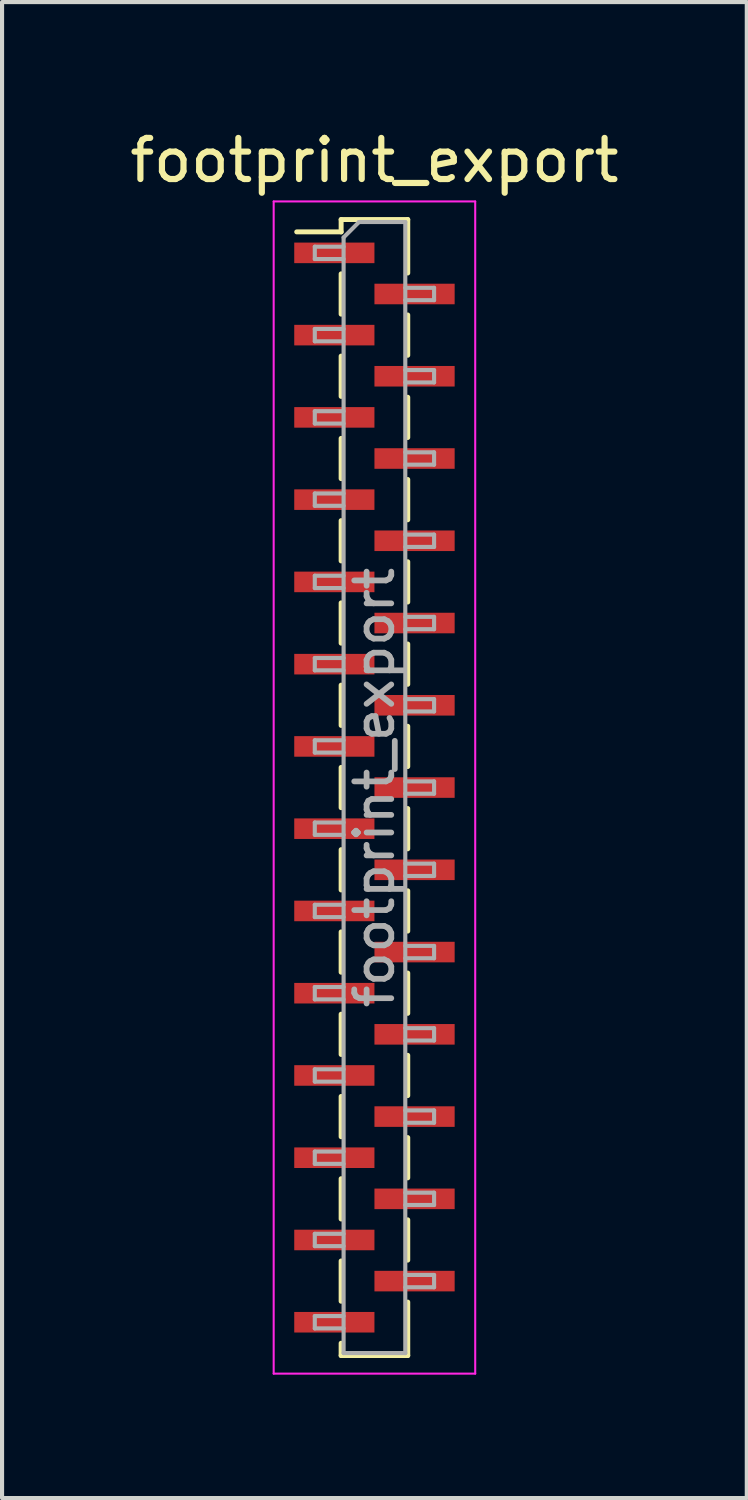
<source format=kicad_pcb>
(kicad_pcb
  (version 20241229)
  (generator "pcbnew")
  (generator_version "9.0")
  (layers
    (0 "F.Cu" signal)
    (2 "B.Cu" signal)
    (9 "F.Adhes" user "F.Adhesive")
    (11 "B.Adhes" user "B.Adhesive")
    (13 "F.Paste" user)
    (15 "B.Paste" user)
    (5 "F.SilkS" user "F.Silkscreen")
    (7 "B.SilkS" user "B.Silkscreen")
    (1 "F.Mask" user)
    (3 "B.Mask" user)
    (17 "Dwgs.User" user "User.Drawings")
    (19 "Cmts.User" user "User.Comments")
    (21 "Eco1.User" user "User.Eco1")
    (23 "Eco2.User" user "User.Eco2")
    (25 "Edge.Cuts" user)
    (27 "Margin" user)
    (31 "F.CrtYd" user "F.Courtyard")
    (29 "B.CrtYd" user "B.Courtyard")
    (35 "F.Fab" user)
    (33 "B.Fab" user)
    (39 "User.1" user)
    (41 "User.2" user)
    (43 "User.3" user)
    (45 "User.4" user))
  (footprint "footprint_export"
    (layer "F.Cu")
    (at 6.054 16.098)
    (property "Reference" "footprint_export" (at 0 -15.25 0) (layer "F.SilkS") (effects (font (size 1 1) (thickness 0.15))))
    (attr smd)
    (fp_line (start -1.89 -13.51) (end -0.81 -13.51) (stroke (width 0.12) (type solid)) (layer "F.SilkS"))
    (fp_line (start -0.81 -13.81) (end -0.81 -13.51) (stroke (width 0.12) (type solid)) (layer "F.SilkS"))
    (fp_line (start -0.81 -13.81) (end 0.81 -13.81) (stroke (width 0.12) (type solid)) (layer "F.SilkS"))
    (fp_line (start -0.81 -12.49) (end -0.81 -11.51) (stroke (width 0.12) (type solid)) (layer "F.SilkS"))
    (fp_line (start -0.81 -10.49) (end -0.81 -9.51) (stroke (width 0.12) (type solid)) (layer "F.SilkS"))
    (fp_line (start -0.81 -8.49) (end -0.81 -7.51) (stroke (width 0.12) (type solid)) (layer "F.SilkS"))
    (fp_line (start -0.81 -6.49) (end -0.81 -5.51) (stroke (width 0.12) (type solid)) (layer "F.SilkS"))
    (fp_line (start -0.81 -4.49) (end -0.81 -3.51) (stroke (width 0.12) (type solid)) (layer "F.SilkS"))
    (fp_line (start -0.81 -2.49) (end -0.81 -1.51) (stroke (width 0.12) (type solid)) (layer "F.SilkS"))
    (fp_line (start -0.81 -0.49) (end -0.81 0.49) (stroke (width 0.12) (type solid)) (layer "F.SilkS"))
    (fp_line (start -0.81 1.51) (end -0.81 2.49) (stroke (width 0.12) (type solid)) (layer "F.SilkS"))
    (fp_line (start -0.81 3.51) (end -0.81 4.49) (stroke (width 0.12) (type solid)) (layer "F.SilkS"))
    (fp_line (start -0.81 5.51) (end -0.81 6.49) (stroke (width 0.12) (type solid)) (layer "F.SilkS"))
    (fp_line (start -0.81 7.51) (end -0.81 8.49) (stroke (width 0.12) (type solid)) (layer "F.SilkS"))
    (fp_line (start -0.81 9.51) (end -0.81 10.49) (stroke (width 0.12) (type solid)) (layer "F.SilkS"))
    (fp_line (start -0.81 11.51) (end -0.81 12.49) (stroke (width 0.12) (type solid)) (layer "F.SilkS"))
    (fp_line (start -0.81 13.51) (end -0.81 13.81) (stroke (width 0.12) (type solid)) (layer "F.SilkS"))
    (fp_line (start -0.81 13.81) (end 0.81 13.81) (stroke (width 0.12) (type solid)) (layer "F.SilkS"))
    (fp_line (start 0.81 -13.81) (end 0.81 -12.51) (stroke (width 0.12) (type solid)) (layer "F.SilkS"))
    (fp_line (start 0.81 -11.49) (end 0.81 -10.51) (stroke (width 0.12) (type solid)) (layer "F.SilkS"))
    (fp_line (start 0.81 -9.49) (end 0.81 -8.51) (stroke (width 0.12) (type solid)) (layer "F.SilkS"))
    (fp_line (start 0.81 -7.49) (end 0.81 -6.51) (stroke (width 0.12) (type solid)) (layer "F.SilkS"))
    (fp_line (start 0.81 -5.49) (end 0.81 -4.51) (stroke (width 0.12) (type solid)) (layer "F.SilkS"))
    (fp_line (start 0.81 -3.49) (end 0.81 -2.51) (stroke (width 0.12) (type solid)) (layer "F.SilkS"))
    (fp_line (start 0.81 -1.49) (end 0.81 -0.51) (stroke (width 0.12) (type solid)) (layer "F.SilkS"))
    (fp_line (start 0.81 0.51) (end 0.81 1.49) (stroke (width 0.12) (type solid)) (layer "F.SilkS"))
    (fp_line (start 0.81 2.51) (end 0.81 3.49) (stroke (width 0.12) (type solid)) (layer "F.SilkS"))
    (fp_line (start 0.81 4.51) (end 0.81 5.49) (stroke (width 0.12) (type solid)) (layer "F.SilkS"))
    (fp_line (start 0.81 6.51) (end 0.81 7.49) (stroke (width 0.12) (type solid)) (layer "F.SilkS"))
    (fp_line (start 0.81 8.51) (end 0.81 9.49) (stroke (width 0.12) (type solid)) (layer "F.SilkS"))
    (fp_line (start 0.81 10.51) (end 0.81 11.49) (stroke (width 0.12) (type solid)) (layer "F.SilkS"))
    (fp_line (start 0.81 12.51) (end 0.81 13.81) (stroke (width 0.12) (type solid)) (layer "F.SilkS"))
    (fp_line (start -2.45 -14.25) (end 2.45 -14.25) (stroke (width 0.05) (type solid)) (layer "F.CrtYd"))
    (fp_line (start -2.45 14.25) (end -2.45 -14.25) (stroke (width 0.05) (type solid)) (layer "F.CrtYd"))
    (fp_line (start 2.45 -14.25) (end 2.45 14.25) (stroke (width 0.05) (type solid)) (layer "F.CrtYd"))
    (fp_line (start 2.45 14.25) (end -2.45 14.25) (stroke (width 0.05) (type solid)) (layer "F.CrtYd"))
    (fp_line (start -1.45 -13.15) (end -0.75 -13.15) (stroke (width 0.1) (type solid)) (layer "F.Fab"))
    (fp_line (start -1.45 -12.85) (end -1.45 -13.15) (stroke (width 0.1) (type solid)) (layer "F.Fab"))
    (fp_line (start -1.45 -11.15) (end -0.75 -11.15) (stroke (width 0.1) (type solid)) (layer "F.Fab"))
    (fp_line (start -1.45 -10.85) (end -1.45 -11.15) (stroke (width 0.1) (type solid)) (layer "F.Fab"))
    (fp_line (start -1.45 -9.15) (end -0.75 -9.15) (stroke (width 0.1) (type solid)) (layer "F.Fab"))
    (fp_line (start -1.45 -8.85) (end -1.45 -9.15) (stroke (width 0.1) (type solid)) (layer "F.Fab"))
    (fp_line (start -1.45 -7.15) (end -0.75 -7.15) (stroke (width 0.1) (type solid)) (layer "F.Fab"))
    (fp_line (start -1.45 -6.85) (end -1.45 -7.15) (stroke (width 0.1) (type solid)) (layer "F.Fab"))
    (fp_line (start -1.45 -5.15) (end -0.75 -5.15) (stroke (width 0.1) (type solid)) (layer "F.Fab"))
    (fp_line (start -1.45 -4.85) (end -1.45 -5.15) (stroke (width 0.1) (type solid)) (layer "F.Fab"))
    (fp_line (start -1.45 -3.15) (end -0.75 -3.15) (stroke (width 0.1) (type solid)) (layer "F.Fab"))
    (fp_line (start -1.45 -2.85) (end -1.45 -3.15) (stroke (width 0.1) (type solid)) (layer "F.Fab"))
    (fp_line (start -1.45 -1.15) (end -0.75 -1.15) (stroke (width 0.1) (type solid)) (layer "F.Fab"))
    (fp_line (start -1.45 -0.85) (end -1.45 -1.15) (stroke (width 0.1) (type solid)) (layer "F.Fab"))
    (fp_line (start -1.45 0.85) (end -0.75 0.85) (stroke (width 0.1) (type solid)) (layer "F.Fab"))
    (fp_line (start -1.45 1.15) (end -1.45 0.85) (stroke (width 0.1) (type solid)) (layer "F.Fab"))
    (fp_line (start -1.45 2.85) (end -0.75 2.85) (stroke (width 0.1) (type solid)) (layer "F.Fab"))
    (fp_line (start -1.45 3.15) (end -1.45 2.85) (stroke (width 0.1) (type solid)) (layer "F.Fab"))
    (fp_line (start -1.45 4.85) (end -0.75 4.85) (stroke (width 0.1) (type solid)) (layer "F.Fab"))
    (fp_line (start -1.45 5.15) (end -1.45 4.85) (stroke (width 0.1) (type solid)) (layer "F.Fab"))
    (fp_line (start -1.45 6.85) (end -0.75 6.85) (stroke (width 0.1) (type solid)) (layer "F.Fab"))
    (fp_line (start -1.45 7.15) (end -1.45 6.85) (stroke (width 0.1) (type solid)) (layer "F.Fab"))
    (fp_line (start -1.45 8.85) (end -0.75 8.85) (stroke (width 0.1) (type solid)) (layer "F.Fab"))
    (fp_line (start -1.45 9.15) (end -1.45 8.85) (stroke (width 0.1) (type solid)) (layer "F.Fab"))
    (fp_line (start -1.45 10.85) (end -0.75 10.85) (stroke (width 0.1) (type solid)) (layer "F.Fab"))
    (fp_line (start -1.45 11.15) (end -1.45 10.85) (stroke (width 0.1) (type solid)) (layer "F.Fab"))
    (fp_line (start -1.45 12.85) (end -0.75 12.85) (stroke (width 0.1) (type solid)) (layer "F.Fab"))
    (fp_line (start -1.45 13.15) (end -1.45 12.85) (stroke (width 0.1) (type solid)) (layer "F.Fab"))
    (fp_line (start -0.75 -13.375) (end -0.375 -13.75) (stroke (width 0.1) (type solid)) (layer "F.Fab"))
    (fp_line (start -0.75 -12.85) (end -1.45 -12.85) (stroke (width 0.1) (type solid)) (layer "F.Fab"))
    (fp_line (start -0.75 -10.85) (end -1.45 -10.85) (stroke (width 0.1) (type solid)) (layer "F.Fab"))
    (fp_line (start -0.75 -8.85) (end -1.45 -8.85) (stroke (width 0.1) (type solid)) (layer "F.Fab"))
    (fp_line (start -0.75 -6.85) (end -1.45 -6.85) (stroke (width 0.1) (type solid)) (layer "F.Fab"))
    (fp_line (start -0.75 -4.85) (end -1.45 -4.85) (stroke (width 0.1) (type solid)) (layer "F.Fab"))
    (fp_line (start -0.75 -2.85) (end -1.45 -2.85) (stroke (width 0.1) (type solid)) (layer "F.Fab"))
    (fp_line (start -0.75 -0.85) (end -1.45 -0.85) (stroke (width 0.1) (type solid)) (layer "F.Fab"))
    (fp_line (start -0.75 1.15) (end -1.45 1.15) (stroke (width 0.1) (type solid)) (layer "F.Fab"))
    (fp_line (start -0.75 3.15) (end -1.45 3.15) (stroke (width 0.1) (type solid)) (layer "F.Fab"))
    (fp_line (start -0.75 5.15) (end -1.45 5.15) (stroke (width 0.1) (type solid)) (layer "F.Fab"))
    (fp_line (start -0.75 7.15) (end -1.45 7.15) (stroke (width 0.1) (type solid)) (layer "F.Fab"))
    (fp_line (start -0.75 9.15) (end -1.45 9.15) (stroke (width 0.1) (type solid)) (layer "F.Fab"))
    (fp_line (start -0.75 11.15) (end -1.45 11.15) (stroke (width 0.1) (type solid)) (layer "F.Fab"))
    (fp_line (start -0.75 13.15) (end -1.45 13.15) (stroke (width 0.1) (type solid)) (layer "F.Fab"))
    (fp_line (start -0.75 13.75) (end -0.75 -13.375) (stroke (width 0.1) (type solid)) (layer "F.Fab"))
    (fp_line (start -0.375 -13.75) (end 0.75 -13.75) (stroke (width 0.1) (type solid)) (layer "F.Fab"))
    (fp_line (start 0.75 -13.75) (end 0.75 13.75) (stroke (width 0.1) (type solid)) (layer "F.Fab"))
    (fp_line (start 0.75 -12.15) (end 1.45 -12.15) (stroke (width 0.1) (type solid)) (layer "F.Fab"))
    (fp_line (start 0.75 -10.15) (end 1.45 -10.15) (stroke (width 0.1) (type solid)) (layer "F.Fab"))
    (fp_line (start 0.75 -8.15) (end 1.45 -8.15) (stroke (width 0.1) (type solid)) (layer "F.Fab"))
    (fp_line (start 0.75 -6.15) (end 1.45 -6.15) (stroke (width 0.1) (type solid)) (layer "F.Fab"))
    (fp_line (start 0.75 -4.15) (end 1.45 -4.15) (stroke (width 0.1) (type solid)) (layer "F.Fab"))
    (fp_line (start 0.75 -2.15) (end 1.45 -2.15) (stroke (width 0.1) (type solid)) (layer "F.Fab"))
    (fp_line (start 0.75 -0.15) (end 1.45 -0.15) (stroke (width 0.1) (type solid)) (layer "F.Fab"))
    (fp_line (start 0.75 1.85) (end 1.45 1.85) (stroke (width 0.1) (type solid)) (layer "F.Fab"))
    (fp_line (start 0.75 3.85) (end 1.45 3.85) (stroke (width 0.1) (type solid)) (layer "F.Fab"))
    (fp_line (start 0.75 5.85) (end 1.45 5.85) (stroke (width 0.1) (type solid)) (layer "F.Fab"))
    (fp_line (start 0.75 7.85) (end 1.45 7.85) (stroke (width 0.1) (type solid)) (layer "F.Fab"))
    (fp_line (start 0.75 9.85) (end 1.45 9.85) (stroke (width 0.1) (type solid)) (layer "F.Fab"))
    (fp_line (start 0.75 11.85) (end 1.45 11.85) (stroke (width 0.1) (type solid)) (layer "F.Fab"))
    (fp_line (start 0.75 13.75) (end -0.75 13.75) (stroke (width 0.1) (type solid)) (layer "F.Fab"))
    (fp_line (start 1.45 -12.15) (end 1.45 -11.85) (stroke (width 0.1) (type solid)) (layer "F.Fab"))
    (fp_line (start 1.45 -11.85) (end 0.75 -11.85) (stroke (width 0.1) (type solid)) (layer "F.Fab"))
    (fp_line (start 1.45 -10.15) (end 1.45 -9.85) (stroke (width 0.1) (type solid)) (layer "F.Fab"))
    (fp_line (start 1.45 -9.85) (end 0.75 -9.85) (stroke (width 0.1) (type solid)) (layer "F.Fab"))
    (fp_line (start 1.45 -8.15) (end 1.45 -7.85) (stroke (width 0.1) (type solid)) (layer "F.Fab"))
    (fp_line (start 1.45 -7.85) (end 0.75 -7.85) (stroke (width 0.1) (type solid)) (layer "F.Fab"))
    (fp_line (start 1.45 -6.15) (end 1.45 -5.85) (stroke (width 0.1) (type solid)) (layer "F.Fab"))
    (fp_line (start 1.45 -5.85) (end 0.75 -5.85) (stroke (width 0.1) (type solid)) (layer "F.Fab"))
    (fp_line (start 1.45 -4.15) (end 1.45 -3.85) (stroke (width 0.1) (type solid)) (layer "F.Fab"))
    (fp_line (start 1.45 -3.85) (end 0.75 -3.85) (stroke (width 0.1) (type solid)) (layer "F.Fab"))
    (fp_line (start 1.45 -2.15) (end 1.45 -1.85) (stroke (width 0.1) (type solid)) (layer "F.Fab"))
    (fp_line (start 1.45 -1.85) (end 0.75 -1.85) (stroke (width 0.1) (type solid)) (layer "F.Fab"))
    (fp_line (start 1.45 -0.15) (end 1.45 0.15) (stroke (width 0.1) (type solid)) (layer "F.Fab"))
    (fp_line (start 1.45 0.15) (end 0.75 0.15) (stroke (width 0.1) (type solid)) (layer "F.Fab"))
    (fp_line (start 1.45 1.85) (end 1.45 2.15) (stroke (width 0.1) (type solid)) (layer "F.Fab"))
    (fp_line (start 1.45 2.15) (end 0.75 2.15) (stroke (width 0.1) (type solid)) (layer "F.Fab"))
    (fp_line (start 1.45 3.85) (end 1.45 4.15) (stroke (width 0.1) (type solid)) (layer "F.Fab"))
    (fp_line (start 1.45 4.15) (end 0.75 4.15) (stroke (width 0.1) (type solid)) (layer "F.Fab"))
    (fp_line (start 1.45 5.85) (end 1.45 6.15) (stroke (width 0.1) (type solid)) (layer "F.Fab"))
    (fp_line (start 1.45 6.15) (end 0.75 6.15) (stroke (width 0.1) (type solid)) (layer "F.Fab"))
    (fp_line (start 1.45 7.85) (end 1.45 8.15) (stroke (width 0.1) (type solid)) (layer "F.Fab"))
    (fp_line (start 1.45 8.15) (end 0.75 8.15) (stroke (width 0.1) (type solid)) (layer "F.Fab"))
    (fp_line (start 1.45 9.85) (end 1.45 10.15) (stroke (width 0.1) (type solid)) (layer "F.Fab"))
    (fp_line (start 1.45 10.15) (end 0.75 10.15) (stroke (width 0.1) (type solid)) (layer "F.Fab"))
    (fp_line (start 1.45 11.85) (end 1.45 12.15) (stroke (width 0.1) (type solid)) (layer "F.Fab"))
    (fp_line (start 1.45 12.15) (end 0.75 12.15) (stroke (width 0.1) (type solid)) (layer "F.Fab"))
    (fp_text user "${REFERENCE}" (at 0 0 90) (layer "F.Fab") (effects (font (size 0.9 0.9) (thickness 0.14))))
    (pad "1" smd rect (at -0.975 -13) (size 1.95 0.5) (layers "F.Cu" "F.Mask" "F.Paste"))
    (pad "2" smd rect (at 0.975 -12) (size 1.95 0.5) (layers "F.Cu" "F.Mask" "F.Paste"))
    (pad "3" smd rect (at -0.975 -11) (size 1.95 0.5) (layers "F.Cu" "F.Mask" "F.Paste"))
    (pad "4" smd rect (at 0.975 -10) (size 1.95 0.5) (layers "F.Cu" "F.Mask" "F.Paste"))
    (pad "5" smd rect (at -0.975 -9) (size 1.95 0.5) (layers "F.Cu" "F.Mask" "F.Paste"))
    (pad "6" smd rect (at 0.975 -8) (size 1.95 0.5) (layers "F.Cu" "F.Mask" "F.Paste"))
    (pad "7" smd rect (at -0.975 -7) (size 1.95 0.5) (layers "F.Cu" "F.Mask" "F.Paste"))
    (pad "8" smd rect (at 0.975 -6) (size 1.95 0.5) (layers "F.Cu" "F.Mask" "F.Paste"))
    (pad "9" smd rect (at -0.975 -5) (size 1.95 0.5) (layers "F.Cu" "F.Mask" "F.Paste"))
    (pad "10" smd rect (at 0.975 -4) (size 1.95 0.5) (layers "F.Cu" "F.Mask" "F.Paste"))
    (pad "11" smd rect (at -0.975 -3) (size 1.95 0.5) (layers "F.Cu" "F.Mask" "F.Paste"))
    (pad "12" smd rect (at 0.975 -2) (size 1.95 0.5) (layers "F.Cu" "F.Mask" "F.Paste"))
    (pad "13" smd rect (at -0.975 -1) (size 1.95 0.5) (layers "F.Cu" "F.Mask" "F.Paste"))
    (pad "14" smd rect (at 0.975 0) (size 1.95 0.5) (layers "F.Cu" "F.Mask" "F.Paste"))
    (pad "15" smd rect (at -0.975 1) (size 1.95 0.5) (layers "F.Cu" "F.Mask" "F.Paste"))
    (pad "16" smd rect (at 0.975 2) (size 1.95 0.5) (layers "F.Cu" "F.Mask" "F.Paste"))
    (pad "17" smd rect (at -0.975 3) (size 1.95 0.5) (layers "F.Cu" "F.Mask" "F.Paste"))
    (pad "18" smd rect (at 0.975 4) (size 1.95 0.5) (layers "F.Cu" "F.Mask" "F.Paste"))
    (pad "19" smd rect (at -0.975 5) (size 1.95 0.5) (layers "F.Cu" "F.Mask" "F.Paste"))
    (pad "20" smd rect (at 0.975 6) (size 1.95 0.5) (layers "F.Cu" "F.Mask" "F.Paste"))
    (pad "21" smd rect (at -0.975 7) (size 1.95 0.5) (layers "F.Cu" "F.Mask" "F.Paste"))
    (pad "22" smd rect (at 0.975 8) (size 1.95 0.5) (layers "F.Cu" "F.Mask" "F.Paste"))
    (pad "23" smd rect (at -0.975 9) (size 1.95 0.5) (layers "F.Cu" "F.Mask" "F.Paste"))
    (pad "24" smd rect (at 0.975 10) (size 1.95 0.5) (layers "F.Cu" "F.Mask" "F.Paste"))
    (pad "25" smd rect (at -0.975 11) (size 1.95 0.5) (layers "F.Cu" "F.Mask" "F.Paste"))
    (pad "26" smd rect (at 0.975 12) (size 1.95 0.5) (layers "F.Cu" "F.Mask" "F.Paste"))
    (pad "27" smd rect (at -0.975 13) (size 1.95 0.5) (layers "F.Cu" "F.Mask" "F.Paste")))
  (gr_rect
    (start -3 -3)
    (end 15.107 33.373)
    (stroke (width 0.1) (type default))
    (fill no)
    (layer "Edge.Cuts")))
</source>
